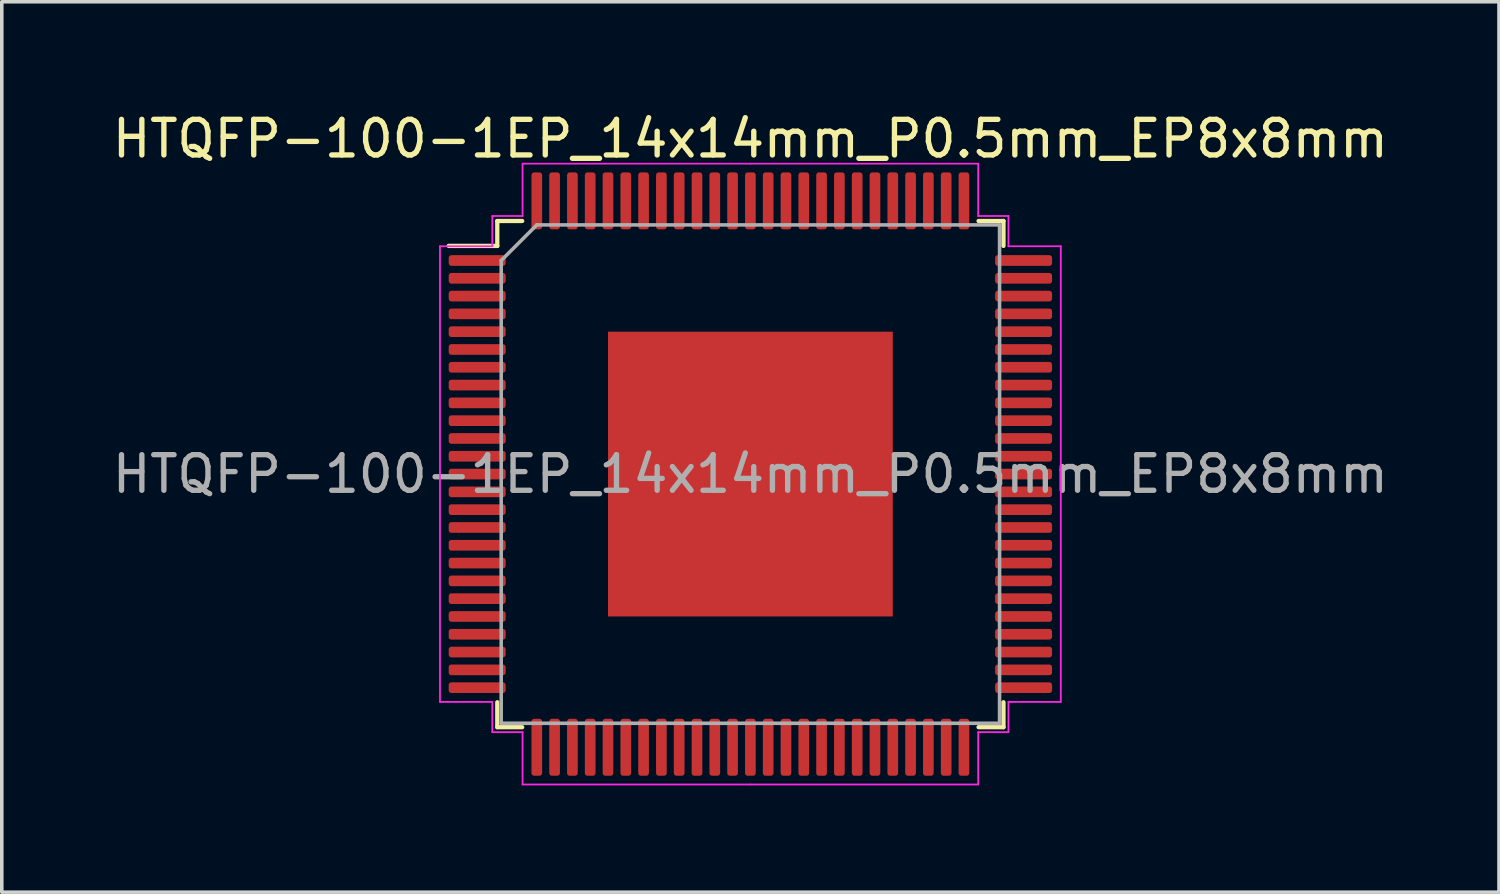
<source format=kicad_pcb>
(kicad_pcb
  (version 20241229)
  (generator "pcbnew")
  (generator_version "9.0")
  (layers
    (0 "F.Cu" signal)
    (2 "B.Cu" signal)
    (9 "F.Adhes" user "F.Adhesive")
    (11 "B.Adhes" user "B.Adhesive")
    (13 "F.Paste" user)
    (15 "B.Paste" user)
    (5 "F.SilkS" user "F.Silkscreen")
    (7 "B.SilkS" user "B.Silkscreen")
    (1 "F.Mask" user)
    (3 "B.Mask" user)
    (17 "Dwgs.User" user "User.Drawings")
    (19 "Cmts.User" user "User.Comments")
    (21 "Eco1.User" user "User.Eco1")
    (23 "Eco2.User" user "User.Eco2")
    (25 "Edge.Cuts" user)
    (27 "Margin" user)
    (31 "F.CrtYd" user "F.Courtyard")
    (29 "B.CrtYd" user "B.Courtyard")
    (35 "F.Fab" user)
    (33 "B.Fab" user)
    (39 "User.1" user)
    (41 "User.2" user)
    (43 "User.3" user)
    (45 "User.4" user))
  (footprint "HTQFP-100-1EP_14x14mm_P0.5mm_EP8x8mm"
    (layer "F.Cu")
    (at 18.03 10.268)
    (property "Reference" "HTQFP-100-1EP_14x14mm_P0.5mm_EP8x8mm" (at 0 -9.42 0) (layer "F.SilkS") (effects (font (size 1 1) (thickness 0.15))))
    (attr smd)
    (fp_line (start -7.11 -7.11) (end -7.11 -6.41) (stroke (width 0.12) (type solid)) (layer "F.SilkS"))
    (fp_line (start -7.11 -6.41) (end -8.475 -6.41) (stroke (width 0.12) (type solid)) (layer "F.SilkS"))
    (fp_line (start -7.11 7.11) (end -7.11 6.41) (stroke (width 0.12) (type solid)) (layer "F.SilkS"))
    (fp_line (start -6.41 -7.11) (end -7.11 -7.11) (stroke (width 0.12) (type solid)) (layer "F.SilkS"))
    (fp_line (start -6.41 7.11) (end -7.11 7.11) (stroke (width 0.12) (type solid)) (layer "F.SilkS"))
    (fp_line (start 6.41 -7.11) (end 7.11 -7.11) (stroke (width 0.12) (type solid)) (layer "F.SilkS"))
    (fp_line (start 6.41 7.11) (end 7.11 7.11) (stroke (width 0.12) (type solid)) (layer "F.SilkS"))
    (fp_line (start 7.11 -7.11) (end 7.11 -6.41) (stroke (width 0.12) (type solid)) (layer "F.SilkS"))
    (fp_line (start 7.11 7.11) (end 7.11 6.41) (stroke (width 0.12) (type solid)) (layer "F.SilkS"))
    (fp_line (start -8.72 -6.4) (end -8.72 0) (stroke (width 0.05) (type solid)) (layer "F.CrtYd"))
    (fp_line (start -8.72 6.4) (end -8.72 0) (stroke (width 0.05) (type solid)) (layer "F.CrtYd"))
    (fp_line (start -7.25 -7.25) (end -7.25 -6.4) (stroke (width 0.05) (type solid)) (layer "F.CrtYd"))
    (fp_line (start -7.25 -6.4) (end -8.72 -6.4) (stroke (width 0.05) (type solid)) (layer "F.CrtYd"))
    (fp_line (start -7.25 6.4) (end -8.72 6.4) (stroke (width 0.05) (type solid)) (layer "F.CrtYd"))
    (fp_line (start -7.25 7.25) (end -7.25 6.4) (stroke (width 0.05) (type solid)) (layer "F.CrtYd"))
    (fp_line (start -6.4 -8.72) (end -6.4 -7.25) (stroke (width 0.05) (type solid)) (layer "F.CrtYd"))
    (fp_line (start -6.4 -7.25) (end -7.25 -7.25) (stroke (width 0.05) (type solid)) (layer "F.CrtYd"))
    (fp_line (start -6.4 7.25) (end -7.25 7.25) (stroke (width 0.05) (type solid)) (layer "F.CrtYd"))
    (fp_line (start -6.4 8.72) (end -6.4 7.25) (stroke (width 0.05) (type solid)) (layer "F.CrtYd"))
    (fp_line (start 0 -8.72) (end -6.4 -8.72) (stroke (width 0.05) (type solid)) (layer "F.CrtYd"))
    (fp_line (start 0 -8.72) (end 6.4 -8.72) (stroke (width 0.05) (type solid)) (layer "F.CrtYd"))
    (fp_line (start 0 8.72) (end -6.4 8.72) (stroke (width 0.05) (type solid)) (layer "F.CrtYd"))
    (fp_line (start 0 8.72) (end 6.4 8.72) (stroke (width 0.05) (type solid)) (layer "F.CrtYd"))
    (fp_line (start 6.4 -8.72) (end 6.4 -7.25) (stroke (width 0.05) (type solid)) (layer "F.CrtYd"))
    (fp_line (start 6.4 -7.25) (end 7.25 -7.25) (stroke (width 0.05) (type solid)) (layer "F.CrtYd"))
    (fp_line (start 6.4 7.25) (end 7.25 7.25) (stroke (width 0.05) (type solid)) (layer "F.CrtYd"))
    (fp_line (start 6.4 8.72) (end 6.4 7.25) (stroke (width 0.05) (type solid)) (layer "F.CrtYd"))
    (fp_line (start 7.25 -7.25) (end 7.25 -6.4) (stroke (width 0.05) (type solid)) (layer "F.CrtYd"))
    (fp_line (start 7.25 -6.4) (end 8.72 -6.4) (stroke (width 0.05) (type solid)) (layer "F.CrtYd"))
    (fp_line (start 7.25 6.4) (end 8.72 6.4) (stroke (width 0.05) (type solid)) (layer "F.CrtYd"))
    (fp_line (start 7.25 7.25) (end 7.25 6.4) (stroke (width 0.05) (type solid)) (layer "F.CrtYd"))
    (fp_line (start 8.72 -6.4) (end 8.72 0) (stroke (width 0.05) (type solid)) (layer "F.CrtYd"))
    (fp_line (start 8.72 6.4) (end 8.72 0) (stroke (width 0.05) (type solid)) (layer "F.CrtYd"))
    (fp_line (start -7 -6) (end -6 -7) (stroke (width 0.1) (type solid)) (layer "F.Fab"))
    (fp_line (start -7 7) (end -7 -6) (stroke (width 0.1) (type solid)) (layer "F.Fab"))
    (fp_line (start -6 -7) (end 7 -7) (stroke (width 0.1) (type solid)) (layer "F.Fab"))
    (fp_line (start 7 -7) (end 7 7) (stroke (width 0.1) (type solid)) (layer "F.Fab"))
    (fp_line (start 7 7) (end -7 7) (stroke (width 0.1) (type solid)) (layer "F.Fab"))
    (fp_text user "${REFERENCE}" (at 0 0 0) (layer "F.Fab") (effects (font (size 1 1) (thickness 0.15))))
    (pad "1" smd roundrect (at -7.675 -6) (size 1.6 0.3) (layers "F.Cu" "F.Mask" "F.Paste") (roundrect_rratio 0.25))
    (pad "2" smd roundrect (at -7.675 -5.5) (size 1.6 0.3) (layers "F.Cu" "F.Mask" "F.Paste") (roundrect_rratio 0.25))
    (pad "3" smd roundrect (at -7.675 -5) (size 1.6 0.3) (layers "F.Cu" "F.Mask" "F.Paste") (roundrect_rratio 0.25))
    (pad "4" smd roundrect (at -7.675 -4.5) (size 1.6 0.3) (layers "F.Cu" "F.Mask" "F.Paste") (roundrect_rratio 0.25))
    (pad "5" smd roundrect (at -7.675 -4) (size 1.6 0.3) (layers "F.Cu" "F.Mask" "F.Paste") (roundrect_rratio 0.25))
    (pad "6" smd roundrect (at -7.675 -3.5) (size 1.6 0.3) (layers "F.Cu" "F.Mask" "F.Paste") (roundrect_rratio 0.25))
    (pad "7" smd roundrect (at -7.675 -3) (size 1.6 0.3) (layers "F.Cu" "F.Mask" "F.Paste") (roundrect_rratio 0.25))
    (pad "8" smd roundrect (at -7.675 -2.5) (size 1.6 0.3) (layers "F.Cu" "F.Mask" "F.Paste") (roundrect_rratio 0.25))
    (pad "9" smd roundrect (at -7.675 -2) (size 1.6 0.3) (layers "F.Cu" "F.Mask" "F.Paste") (roundrect_rratio 0.25))
    (pad "10" smd roundrect (at -7.675 -1.5) (size 1.6 0.3) (layers "F.Cu" "F.Mask" "F.Paste") (roundrect_rratio 0.25))
    (pad "11" smd roundrect (at -7.675 -1) (size 1.6 0.3) (layers "F.Cu" "F.Mask" "F.Paste") (roundrect_rratio 0.25))
    (pad "12" smd roundrect (at -7.675 -0.5) (size 1.6 0.3) (layers "F.Cu" "F.Mask" "F.Paste") (roundrect_rratio 0.25))
    (pad "13" smd roundrect (at -7.675 0) (size 1.6 0.3) (layers "F.Cu" "F.Mask" "F.Paste") (roundrect_rratio 0.25))
    (pad "14" smd roundrect (at -7.675 0.5) (size 1.6 0.3) (layers "F.Cu" "F.Mask" "F.Paste") (roundrect_rratio 0.25))
    (pad "15" smd roundrect (at -7.675 1) (size 1.6 0.3) (layers "F.Cu" "F.Mask" "F.Paste") (roundrect_rratio 0.25))
    (pad "16" smd roundrect (at -7.675 1.5) (size 1.6 0.3) (layers "F.Cu" "F.Mask" "F.Paste") (roundrect_rratio 0.25))
    (pad "17" smd roundrect (at -7.675 2) (size 1.6 0.3) (layers "F.Cu" "F.Mask" "F.Paste") (roundrect_rratio 0.25))
    (pad "18" smd roundrect (at -7.675 2.5) (size 1.6 0.3) (layers "F.Cu" "F.Mask" "F.Paste") (roundrect_rratio 0.25))
    (pad "19" smd roundrect (at -7.675 3) (size 1.6 0.3) (layers "F.Cu" "F.Mask" "F.Paste") (roundrect_rratio 0.25))
    (pad "20" smd roundrect (at -7.675 3.5) (size 1.6 0.3) (layers "F.Cu" "F.Mask" "F.Paste") (roundrect_rratio 0.25))
    (pad "21" smd roundrect (at -7.675 4) (size 1.6 0.3) (layers "F.Cu" "F.Mask" "F.Paste") (roundrect_rratio 0.25))
    (pad "22" smd roundrect (at -7.675 4.5) (size 1.6 0.3) (layers "F.Cu" "F.Mask" "F.Paste") (roundrect_rratio 0.25))
    (pad "23" smd roundrect (at -7.675 5) (size 1.6 0.3) (layers "F.Cu" "F.Mask" "F.Paste") (roundrect_rratio 0.25))
    (pad "24" smd roundrect (at -7.675 5.5) (size 1.6 0.3) (layers "F.Cu" "F.Mask" "F.Paste") (roundrect_rratio 0.25))
    (pad "25" smd roundrect (at -7.675 6) (size 1.6 0.3) (layers "F.Cu" "F.Mask" "F.Paste") (roundrect_rratio 0.25))
    (pad "26" smd roundrect (at -6 7.675) (size 0.3 1.6) (layers "F.Cu" "F.Mask" "F.Paste") (roundrect_rratio 0.25))
    (pad "27" smd roundrect (at -5.5 7.675) (size 0.3 1.6) (layers "F.Cu" "F.Mask" "F.Paste") (roundrect_rratio 0.25))
    (pad "28" smd roundrect (at -5 7.675) (size 0.3 1.6) (layers "F.Cu" "F.Mask" "F.Paste") (roundrect_rratio 0.25))
    (pad "29" smd roundrect (at -4.5 7.675) (size 0.3 1.6) (layers "F.Cu" "F.Mask" "F.Paste") (roundrect_rratio 0.25))
    (pad "30" smd roundrect (at -4 7.675) (size 0.3 1.6) (layers "F.Cu" "F.Mask" "F.Paste") (roundrect_rratio 0.25))
    (pad "31" smd roundrect (at -3.5 7.675) (size 0.3 1.6) (layers "F.Cu" "F.Mask" "F.Paste") (roundrect_rratio 0.25))
    (pad "32" smd roundrect (at -3 7.675) (size 0.3 1.6) (layers "F.Cu" "F.Mask" "F.Paste") (roundrect_rratio 0.25))
    (pad "33" smd roundrect (at -2.5 7.675) (size 0.3 1.6) (layers "F.Cu" "F.Mask" "F.Paste") (roundrect_rratio 0.25))
    (pad "34" smd roundrect (at -2 7.675) (size 0.3 1.6) (layers "F.Cu" "F.Mask" "F.Paste") (roundrect_rratio 0.25))
    (pad "35" smd roundrect (at -1.5 7.675) (size 0.3 1.6) (layers "F.Cu" "F.Mask" "F.Paste") (roundrect_rratio 0.25))
    (pad "36" smd roundrect (at -1 7.675) (size 0.3 1.6) (layers "F.Cu" "F.Mask" "F.Paste") (roundrect_rratio 0.25))
    (pad "37" smd roundrect (at -0.5 7.675) (size 0.3 1.6) (layers "F.Cu" "F.Mask" "F.Paste") (roundrect_rratio 0.25))
    (pad "38" smd roundrect (at 0 7.675) (size 0.3 1.6) (layers "F.Cu" "F.Mask" "F.Paste") (roundrect_rratio 0.25))
    (pad "39" smd roundrect (at 0.5 7.675) (size 0.3 1.6) (layers "F.Cu" "F.Mask" "F.Paste") (roundrect_rratio 0.25))
    (pad "40" smd roundrect (at 1 7.675) (size 0.3 1.6) (layers "F.Cu" "F.Mask" "F.Paste") (roundrect_rratio 0.25))
    (pad "41" smd roundrect (at 1.5 7.675) (size 0.3 1.6) (layers "F.Cu" "F.Mask" "F.Paste") (roundrect_rratio 0.25))
    (pad "42" smd roundrect (at 2 7.675) (size 0.3 1.6) (layers "F.Cu" "F.Mask" "F.Paste") (roundrect_rratio 0.25))
    (pad "43" smd roundrect (at 2.5 7.675) (size 0.3 1.6) (layers "F.Cu" "F.Mask" "F.Paste") (roundrect_rratio 0.25))
    (pad "44" smd roundrect (at 3 7.675) (size 0.3 1.6) (layers "F.Cu" "F.Mask" "F.Paste") (roundrect_rratio 0.25))
    (pad "45" smd roundrect (at 3.5 7.675) (size 0.3 1.6) (layers "F.Cu" "F.Mask" "F.Paste") (roundrect_rratio 0.25))
    (pad "46" smd roundrect (at 4 7.675) (size 0.3 1.6) (layers "F.Cu" "F.Mask" "F.Paste") (roundrect_rratio 0.25))
    (pad "47" smd roundrect (at 4.5 7.675) (size 0.3 1.6) (layers "F.Cu" "F.Mask" "F.Paste") (roundrect_rratio 0.25))
    (pad "48" smd roundrect (at 5 7.675) (size 0.3 1.6) (layers "F.Cu" "F.Mask" "F.Paste") (roundrect_rratio 0.25))
    (pad "49" smd roundrect (at 5.5 7.675) (size 0.3 1.6) (layers "F.Cu" "F.Mask" "F.Paste") (roundrect_rratio 0.25))
    (pad "50" smd roundrect (at 6 7.675) (size 0.3 1.6) (layers "F.Cu" "F.Mask" "F.Paste") (roundrect_rratio 0.25))
    (pad "51" smd roundrect (at 7.675 6) (size 1.6 0.3) (layers "F.Cu" "F.Mask" "F.Paste") (roundrect_rratio 0.25))
    (pad "52" smd roundrect (at 7.675 5.5) (size 1.6 0.3) (layers "F.Cu" "F.Mask" "F.Paste") (roundrect_rratio 0.25))
    (pad "53" smd roundrect (at 7.675 5) (size 1.6 0.3) (layers "F.Cu" "F.Mask" "F.Paste") (roundrect_rratio 0.25))
    (pad "54" smd roundrect (at 7.675 4.5) (size 1.6 0.3) (layers "F.Cu" "F.Mask" "F.Paste") (roundrect_rratio 0.25))
    (pad "55" smd roundrect (at 7.675 4) (size 1.6 0.3) (layers "F.Cu" "F.Mask" "F.Paste") (roundrect_rratio 0.25))
    (pad "56" smd roundrect (at 7.675 3.5) (size 1.6 0.3) (layers "F.Cu" "F.Mask" "F.Paste") (roundrect_rratio 0.25))
    (pad "57" smd roundrect (at 7.675 3) (size 1.6 0.3) (layers "F.Cu" "F.Mask" "F.Paste") (roundrect_rratio 0.25))
    (pad "58" smd roundrect (at 7.675 2.5) (size 1.6 0.3) (layers "F.Cu" "F.Mask" "F.Paste") (roundrect_rratio 0.25))
    (pad "59" smd roundrect (at 7.675 2) (size 1.6 0.3) (layers "F.Cu" "F.Mask" "F.Paste") (roundrect_rratio 0.25))
    (pad "60" smd roundrect (at 7.675 1.5) (size 1.6 0.3) (layers "F.Cu" "F.Mask" "F.Paste") (roundrect_rratio 0.25))
    (pad "61" smd roundrect (at 7.675 1) (size 1.6 0.3) (layers "F.Cu" "F.Mask" "F.Paste") (roundrect_rratio 0.25))
    (pad "62" smd roundrect (at 7.675 0.5) (size 1.6 0.3) (layers "F.Cu" "F.Mask" "F.Paste") (roundrect_rratio 0.25))
    (pad "63" smd roundrect (at 7.675 0) (size 1.6 0.3) (layers "F.Cu" "F.Mask" "F.Paste") (roundrect_rratio 0.25))
    (pad "64" smd roundrect (at 7.675 -0.5) (size 1.6 0.3) (layers "F.Cu" "F.Mask" "F.Paste") (roundrect_rratio 0.25))
    (pad "65" smd roundrect (at 7.675 -1) (size 1.6 0.3) (layers "F.Cu" "F.Mask" "F.Paste") (roundrect_rratio 0.25))
    (pad "66" smd roundrect (at 7.675 -1.5) (size 1.6 0.3) (layers "F.Cu" "F.Mask" "F.Paste") (roundrect_rratio 0.25))
    (pad "67" smd roundrect (at 7.675 -2) (size 1.6 0.3) (layers "F.Cu" "F.Mask" "F.Paste") (roundrect_rratio 0.25))
    (pad "68" smd roundrect (at 7.675 -2.5) (size 1.6 0.3) (layers "F.Cu" "F.Mask" "F.Paste") (roundrect_rratio 0.25))
    (pad "69" smd roundrect (at 7.675 -3) (size 1.6 0.3) (layers "F.Cu" "F.Mask" "F.Paste") (roundrect_rratio 0.25))
    (pad "70" smd roundrect (at 7.675 -3.5) (size 1.6 0.3) (layers "F.Cu" "F.Mask" "F.Paste") (roundrect_rratio 0.25))
    (pad "71" smd roundrect (at 7.675 -4) (size 1.6 0.3) (layers "F.Cu" "F.Mask" "F.Paste") (roundrect_rratio 0.25))
    (pad "72" smd roundrect (at 7.675 -4.5) (size 1.6 0.3) (layers "F.Cu" "F.Mask" "F.Paste") (roundrect_rratio 0.25))
    (pad "73" smd roundrect (at 7.675 -5) (size 1.6 0.3) (layers "F.Cu" "F.Mask" "F.Paste") (roundrect_rratio 0.25))
    (pad "74" smd roundrect (at 7.675 -5.5) (size 1.6 0.3) (layers "F.Cu" "F.Mask" "F.Paste") (roundrect_rratio 0.25))
    (pad "75" smd roundrect (at 7.675 -6) (size 1.6 0.3) (layers "F.Cu" "F.Mask" "F.Paste") (roundrect_rratio 0.25))
    (pad "76" smd roundrect (at 6 -7.675) (size 0.3 1.6) (layers "F.Cu" "F.Mask" "F.Paste") (roundrect_rratio 0.25))
    (pad "77" smd roundrect (at 5.5 -7.675) (size 0.3 1.6) (layers "F.Cu" "F.Mask" "F.Paste") (roundrect_rratio 0.25))
    (pad "78" smd roundrect (at 5 -7.675) (size 0.3 1.6) (layers "F.Cu" "F.Mask" "F.Paste") (roundrect_rratio 0.25))
    (pad "79" smd roundrect (at 4.5 -7.675) (size 0.3 1.6) (layers "F.Cu" "F.Mask" "F.Paste") (roundrect_rratio 0.25))
    (pad "80" smd roundrect (at 4 -7.675) (size 0.3 1.6) (layers "F.Cu" "F.Mask" "F.Paste") (roundrect_rratio 0.25))
    (pad "81" smd roundrect (at 3.5 -7.675) (size 0.3 1.6) (layers "F.Cu" "F.Mask" "F.Paste") (roundrect_rratio 0.25))
    (pad "82" smd roundrect (at 3 -7.675) (size 0.3 1.6) (layers "F.Cu" "F.Mask" "F.Paste") (roundrect_rratio 0.25))
    (pad "83" smd roundrect (at 2.5 -7.675) (size 0.3 1.6) (layers "F.Cu" "F.Mask" "F.Paste") (roundrect_rratio 0.25))
    (pad "84" smd roundrect (at 2 -7.675) (size 0.3 1.6) (layers "F.Cu" "F.Mask" "F.Paste") (roundrect_rratio 0.25))
    (pad "85" smd roundrect (at 1.5 -7.675) (size 0.3 1.6) (layers "F.Cu" "F.Mask" "F.Paste") (roundrect_rratio 0.25))
    (pad "86" smd roundrect (at 1 -7.675) (size 0.3 1.6) (layers "F.Cu" "F.Mask" "F.Paste") (roundrect_rratio 0.25))
    (pad "87" smd roundrect (at 0.5 -7.675) (size 0.3 1.6) (layers "F.Cu" "F.Mask" "F.Paste") (roundrect_rratio 0.25))
    (pad "88" smd roundrect (at 0 -7.675) (size 0.3 1.6) (layers "F.Cu" "F.Mask" "F.Paste") (roundrect_rratio 0.25))
    (pad "89" smd roundrect (at -0.5 -7.675) (size 0.3 1.6) (layers "F.Cu" "F.Mask" "F.Paste") (roundrect_rratio 0.25))
    (pad "90" smd roundrect (at -1 -7.675) (size 0.3 1.6) (layers "F.Cu" "F.Mask" "F.Paste") (roundrect_rratio 0.25))
    (pad "91" smd roundrect (at -1.5 -7.675) (size 0.3 1.6) (layers "F.Cu" "F.Mask" "F.Paste") (roundrect_rratio 0.25))
    (pad "92" smd roundrect (at -2 -7.675) (size 0.3 1.6) (layers "F.Cu" "F.Mask" "F.Paste") (roundrect_rratio 0.25))
    (pad "93" smd roundrect (at -2.5 -7.675) (size 0.3 1.6) (layers "F.Cu" "F.Mask" "F.Paste") (roundrect_rratio 0.25))
    (pad "94" smd roundrect (at -3 -7.675) (size 0.3 1.6) (layers "F.Cu" "F.Mask" "F.Paste") (roundrect_rratio 0.25))
    (pad "95" smd roundrect (at -3.5 -7.675) (size 0.3 1.6) (layers "F.Cu" "F.Mask" "F.Paste") (roundrect_rratio 0.25))
    (pad "96" smd roundrect (at -4 -7.675) (size 0.3 1.6) (layers "F.Cu" "F.Mask" "F.Paste") (roundrect_rratio 0.25))
    (pad "97" smd roundrect (at -4.5 -7.675) (size 0.3 1.6) (layers "F.Cu" "F.Mask" "F.Paste") (roundrect_rratio 0.25))
    (pad "98" smd roundrect (at -5 -7.675) (size 0.3 1.6) (layers "F.Cu" "F.Mask" "F.Paste") (roundrect_rratio 0.25))
    (pad "99" smd roundrect (at -5.5 -7.675) (size 0.3 1.6) (layers "F.Cu" "F.Mask" "F.Paste") (roundrect_rratio 0.25))
    (pad "100" smd roundrect (at -6 -7.675) (size 0.3 1.6) (layers "F.Cu" "F.Mask" "F.Paste") (roundrect_rratio 0.25))
    (pad "101" smd rect (at 0 0) (size 8 8) (layers "F.Cu" "F.Mask" "F.Paste")))
  (gr_rect
    (start -3 -3)
    (end 39.06 22.013)
    (stroke (width 0.1) (type default))
    (fill no)
    (layer "Edge.Cuts")))
</source>
